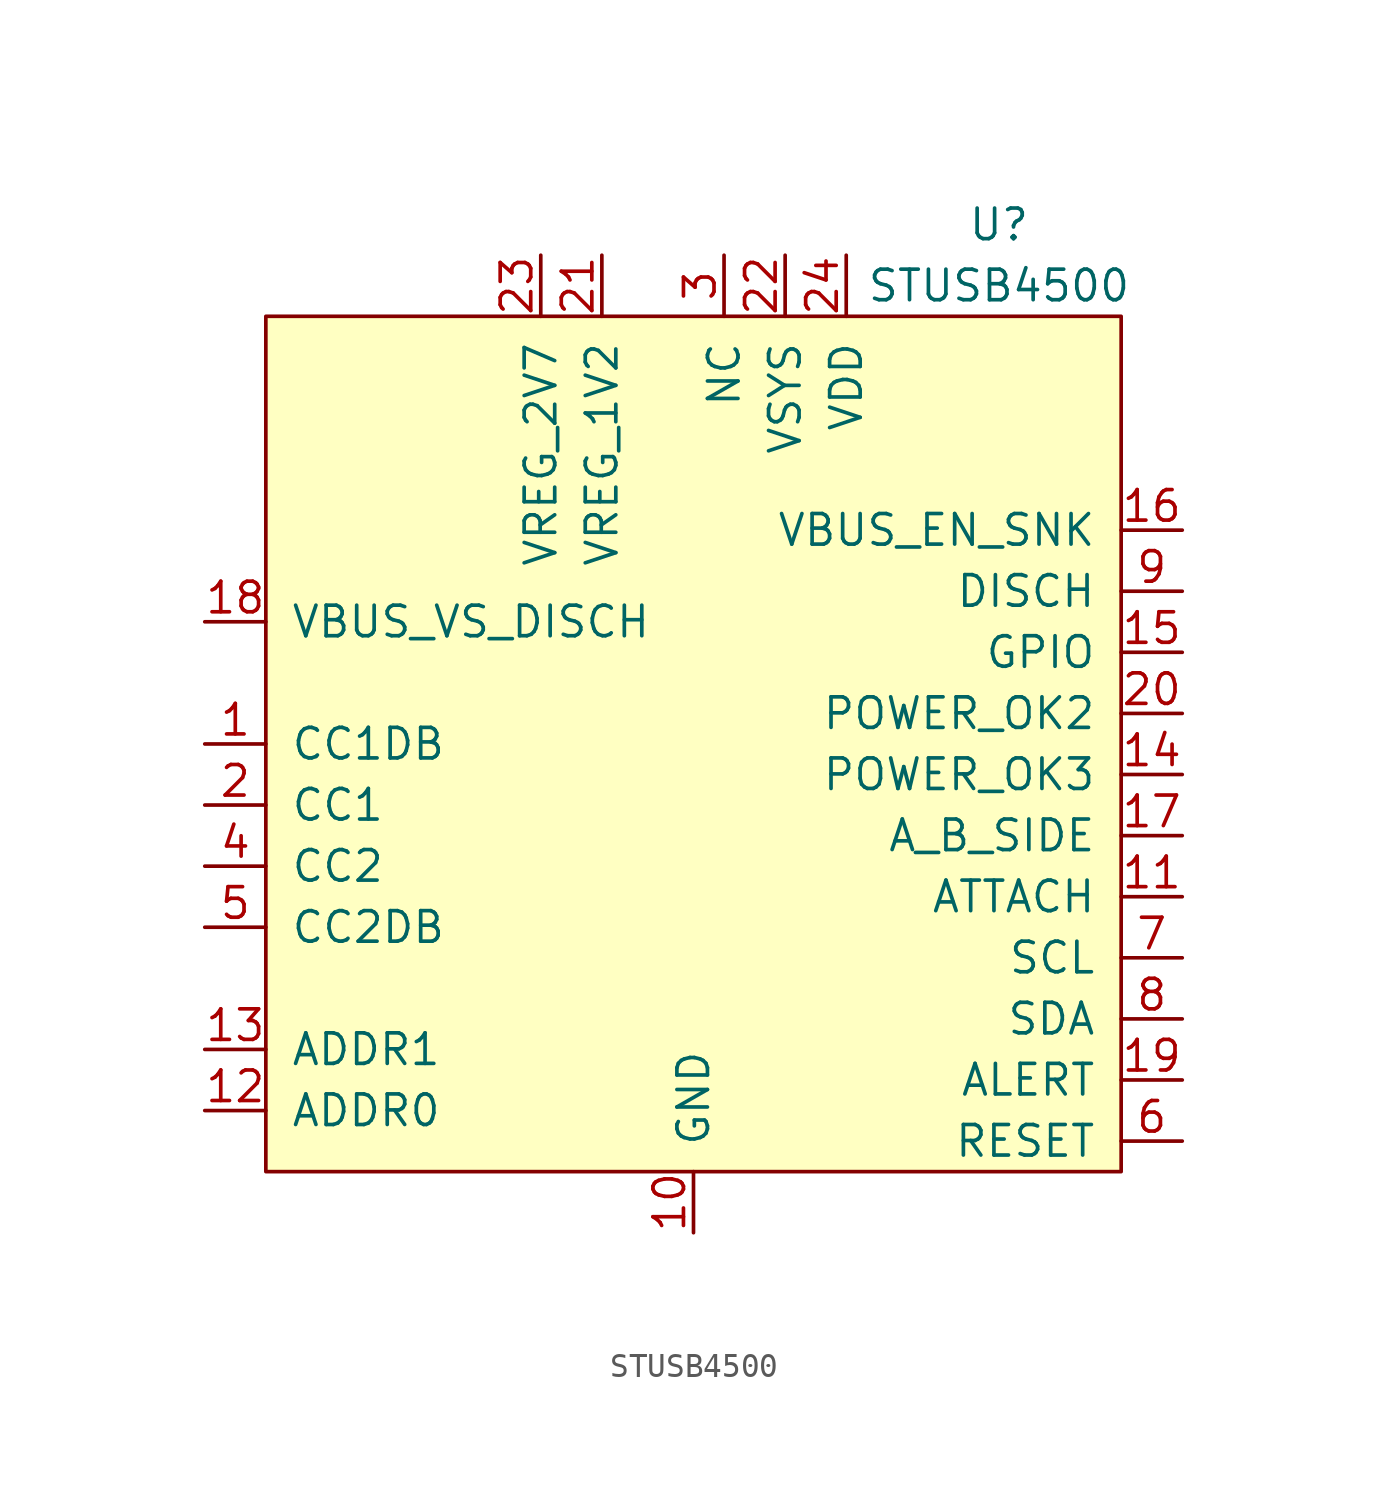
<source format=kicad_sym>
(kicad_symbol_lib
  (version 20211014)
  (generator kicad_symbol_editor)
  (symbol "STUSB4500"
    (pin_names
      (offset 1.016))
    (property "Reference" "U"
      (at 12.7 25.4 0)
      (effects (font (size 1.27 1.27))))
    (property "Value" "STUSB4500"
      (at 12.7 22.86 0)
      (effects (font (size 1.27 1.27))))
    (symbol "STUSB4500_0_1"
      (rectangle (start -17.78 21.59) (end 17.78 -13.97) (stroke (width 0) (type default) (color 0 0 0 0)) (fill (type background))))
    (symbol "STUSB4500_1_1"
      (pin input line (at -20.32 3.81 0) (length 2.54) (name "CC1DB" (effects (font (size 1.27 1.27)))) (number "1" (effects (font (size 1.27 1.27)))))
      (pin input line (at 0 -16.51 90) (length 2.54) (name "GND" (effects (font (size 1.27 1.27)))) (number "10" (effects (font (size 1.27 1.27)))))
      (pin input line (at 20.32 -2.54 180) (length 2.54) (name "ATTACH" (effects (font (size 1.27 1.27)))) (number "11" (effects (font (size 1.27 1.27)))))
      (pin input line (at -20.32 -11.43 0) (length 2.54) (name "ADDR0" (effects (font (size 1.27 1.27)))) (number "12" (effects (font (size 1.27 1.27)))))
      (pin input line (at -20.32 -8.89 0) (length 2.54) (name "ADDR1" (effects (font (size 1.27 1.27)))) (number "13" (effects (font (size 1.27 1.27)))))
      (pin input line (at 20.32 2.54 180) (length 2.54) (name "POWER_OK3" (effects (font (size 1.27 1.27)))) (number "14" (effects (font (size 1.27 1.27)))))
      (pin input line (at 20.32 7.62 180) (length 2.54) (name "GPIO" (effects (font (size 1.27 1.27)))) (number "15" (effects (font (size 1.27 1.27)))))
      (pin input line (at 20.32 12.7 180) (length 2.54) (name "VBUS_EN_SNK" (effects (font (size 1.27 1.27)))) (number "16" (effects (font (size 1.27 1.27)))))
      (pin input line (at 20.32 0 180) (length 2.54) (name "A_B_SIDE" (effects (font (size 1.27 1.27)))) (number "17" (effects (font (size 1.27 1.27)))))
      (pin input line (at -20.32 8.89 0) (length 2.54) (name "VBUS_VS_DISCH" (effects (font (size 1.27 1.27)))) (number "18" (effects (font (size 1.27 1.27)))))
      (pin input line (at 20.32 -10.16 180) (length 2.54) (name "ALERT" (effects (font (size 1.27 1.27)))) (number "19" (effects (font (size 1.27 1.27)))))
      (pin input line (at -20.32 1.27 0) (length 2.54) (name "CC1" (effects (font (size 1.27 1.27)))) (number "2" (effects (font (size 1.27 1.27)))))
      (pin input line (at 20.32 5.08 180) (length 2.54) (name "POWER_OK2" (effects (font (size 1.27 1.27)))) (number "20" (effects (font (size 1.27 1.27)))))
      (pin input line (at -3.81 24.13 270) (length 2.54) (name "VREG_1V2" (effects (font (size 1.27 1.27)))) (number "21" (effects (font (size 1.27 1.27)))))
      (pin input line (at 3.81 24.13 270) (length 2.54) (name "VSYS" (effects (font (size 1.27 1.27)))) (number "22" (effects (font (size 1.27 1.27)))))
      (pin input line (at -6.35 24.13 270) (length 2.54) (name "VREG_2V7" (effects (font (size 1.27 1.27)))) (number "23" (effects (font (size 1.27 1.27)))))
      (pin input line (at 6.35 24.13 270) (length 2.54) (name "VDD" (effects (font (size 1.27 1.27)))) (number "24" (effects (font (size 1.27 1.27)))))
      (pin input line (at 0 -16.51 90) (length 2.54) hide (name "GND" (effects (font (size 1.27 1.27)))) (number "25" (effects (font (size 1.27 1.27)))))
      (pin input line (at 1.27 24.13 270) (length 2.54) (name "NC" (effects (font (size 1.27 1.27)))) (number "3" (effects (font (size 1.27 1.27)))))
      (pin input line (at -20.32 -1.27 0) (length 2.54) (name "CC2" (effects (font (size 1.27 1.27)))) (number "4" (effects (font (size 1.27 1.27)))))
      (pin input line (at -20.32 -3.81 0) (length 2.54) (name "CC2DB" (effects (font (size 1.27 1.27)))) (number "5" (effects (font (size 1.27 1.27)))))
      (pin input line (at 20.32 -12.7 180) (length 2.54) (name "RESET" (effects (font (size 1.27 1.27)))) (number "6" (effects (font (size 1.27 1.27)))))
      (pin input line (at 20.32 -5.08 180) (length 2.54) (name "SCL" (effects (font (size 1.27 1.27)))) (number "7" (effects (font (size 1.27 1.27)))))
      (pin input line (at 20.32 -7.62 180) (length 2.54) (name "SDA" (effects (font (size 1.27 1.27)))) (number "8" (effects (font (size 1.27 1.27)))))
      (pin input line (at 20.32 10.16 180) (length 2.54) (name "DISCH" (effects (font (size 1.27 1.27)))) (number "9" (effects (font (size 1.27 1.27))))))))
</source>
